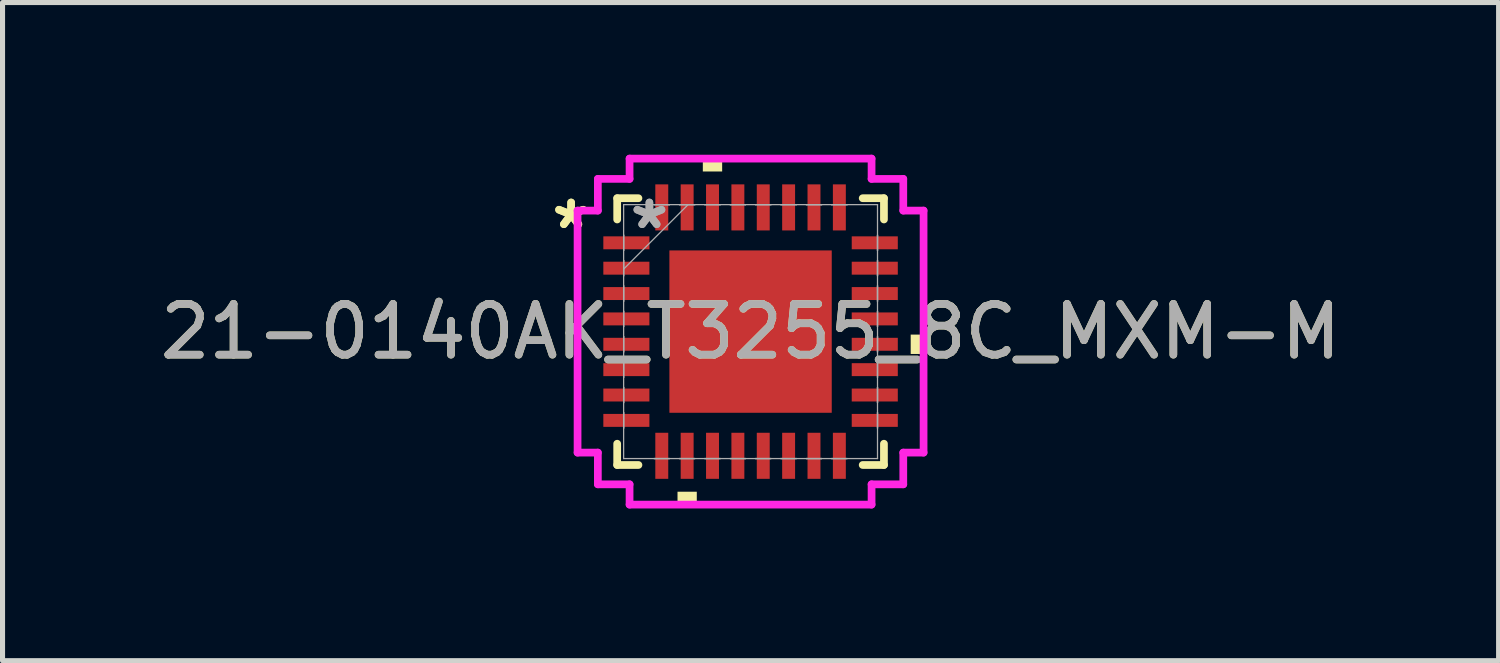
<source format=kicad_pcb>
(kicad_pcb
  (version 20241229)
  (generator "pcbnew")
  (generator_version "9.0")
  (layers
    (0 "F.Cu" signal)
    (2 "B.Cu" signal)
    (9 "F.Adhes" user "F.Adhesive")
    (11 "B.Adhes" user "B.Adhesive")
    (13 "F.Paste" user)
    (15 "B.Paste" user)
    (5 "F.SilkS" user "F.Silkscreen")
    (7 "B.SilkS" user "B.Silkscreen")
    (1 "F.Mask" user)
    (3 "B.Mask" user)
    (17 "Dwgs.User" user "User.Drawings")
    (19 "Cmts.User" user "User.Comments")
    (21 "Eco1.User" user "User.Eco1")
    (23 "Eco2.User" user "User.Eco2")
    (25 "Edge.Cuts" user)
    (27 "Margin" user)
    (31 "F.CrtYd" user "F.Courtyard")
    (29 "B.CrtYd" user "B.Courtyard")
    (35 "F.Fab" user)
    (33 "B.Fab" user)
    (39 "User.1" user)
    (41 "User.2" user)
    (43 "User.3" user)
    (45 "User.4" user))
  (footprint "21-0140AK_T3255_8C_MXM-M"
    (layer "F.Cu")
    (at 11.744 3.486)
    (property "Reference" "21-0140AK_T3255_8C_MXM-M" (at 0 0 0) (unlocked yes) (layer "F.SilkS") (effects (font (size 1 1) (thickness 0.15))))
    (attr smd)
    (fp_line (start -2.629 -2.629) (end -2.629 -2.21) (stroke (width 0.152) (type solid)) (layer "F.SilkS"))
    (fp_line (start -2.629 2.21) (end -2.629 2.629) (stroke (width 0.152) (type solid)) (layer "F.SilkS"))
    (fp_line (start -2.629 2.629) (end -2.21 2.629) (stroke (width 0.152) (type solid)) (layer "F.SilkS"))
    (fp_line (start -2.21 -2.629) (end -2.629 -2.629) (stroke (width 0.152) (type solid)) (layer "F.SilkS"))
    (fp_line (start 2.21 2.629) (end 2.629 2.629) (stroke (width 0.152) (type solid)) (layer "F.SilkS"))
    (fp_line (start 2.629 -2.629) (end 2.21 -2.629) (stroke (width 0.152) (type solid)) (layer "F.SilkS"))
    (fp_line (start 2.629 -2.21) (end 2.629 -2.629) (stroke (width 0.152) (type solid)) (layer "F.SilkS"))
    (fp_line (start 2.629 2.629) (end 2.629 2.21) (stroke (width 0.152) (type solid)) (layer "F.SilkS"))
    (fp_poly (pts (xy -1.44 3.156) (xy -1.44 3.41) (xy -1.06 3.41) (xy -1.06 3.156)) (stroke (width 0) (type solid)) (fill yes) (layer "F.SilkS"))
    (fp_poly (pts (xy -0.941 -3.156) (xy -0.941 -3.41) (xy -0.56 -3.41) (xy -0.56 -3.156)) (stroke (width 0) (type solid)) (fill yes) (layer "F.SilkS"))
    (fp_poly (pts (xy 3.41 0.059) (xy 3.41 0.441) (xy 3.156 0.441) (xy 3.156 0.059)) (stroke (width 0) (type solid)) (fill yes) (layer "F.SilkS"))
    (fp_poly (pts (xy -1.5 -1.5) (xy -1.5 -0.1) (xy -0.1 -0.1) (xy -0.1 -1.5)) (stroke (width 0) (type solid)) (fill yes) (layer "F.Paste"))
    (fp_poly (pts (xy -1.5 0.1) (xy -1.5 1.5) (xy -0.1 1.5) (xy -0.1 0.1)) (stroke (width 0) (type solid)) (fill yes) (layer "F.Paste"))
    (fp_poly (pts (xy 0.1 -1.5) (xy 0.1 -0.1) (xy 1.5 -0.1) (xy 1.5 -1.5)) (stroke (width 0) (type solid)) (fill yes) (layer "F.Paste"))
    (fp_poly (pts (xy 0.1 0.1) (xy 0.1 1.5) (xy 1.5 1.5) (xy 1.5 0.1)) (stroke (width 0) (type solid)) (fill yes) (layer "F.Paste"))
    (fp_line (start -3.41 -2.385) (end -3.01 -2.385) (stroke (width 0.152) (type solid)) (layer "F.CrtYd"))
    (fp_line (start -3.41 2.385) (end -3.41 -2.385) (stroke (width 0.152) (type solid)) (layer "F.CrtYd"))
    (fp_line (start -3.01 -3.01) (end -2.385 -3.01) (stroke (width 0.152) (type solid)) (layer "F.CrtYd"))
    (fp_line (start -3.01 -2.385) (end -3.01 -3.01) (stroke (width 0.152) (type solid)) (layer "F.CrtYd"))
    (fp_line (start -3.01 2.385) (end -3.41 2.385) (stroke (width 0.152) (type solid)) (layer "F.CrtYd"))
    (fp_line (start -3.01 3.01) (end -3.01 2.385) (stroke (width 0.152) (type solid)) (layer "F.CrtYd"))
    (fp_line (start -2.385 -3.41) (end 2.385 -3.41) (stroke (width 0.152) (type solid)) (layer "F.CrtYd"))
    (fp_line (start -2.385 -3.01) (end -2.385 -3.41) (stroke (width 0.152) (type solid)) (layer "F.CrtYd"))
    (fp_line (start -2.385 3.01) (end -3.01 3.01) (stroke (width 0.152) (type solid)) (layer "F.CrtYd"))
    (fp_line (start -2.385 3.41) (end -2.385 3.01) (stroke (width 0.152) (type solid)) (layer "F.CrtYd"))
    (fp_line (start 2.385 -3.41) (end 2.385 -3.01) (stroke (width 0.152) (type solid)) (layer "F.CrtYd"))
    (fp_line (start 2.385 -3.01) (end 3.01 -3.01) (stroke (width 0.152) (type solid)) (layer "F.CrtYd"))
    (fp_line (start 2.385 3.01) (end 2.385 3.41) (stroke (width 0.152) (type solid)) (layer "F.CrtYd"))
    (fp_line (start 2.385 3.41) (end -2.385 3.41) (stroke (width 0.152) (type solid)) (layer "F.CrtYd"))
    (fp_line (start 3.01 -3.01) (end 3.01 -2.385) (stroke (width 0.152) (type solid)) (layer "F.CrtYd"))
    (fp_line (start 3.01 -2.385) (end 3.41 -2.385) (stroke (width 0.152) (type solid)) (layer "F.CrtYd"))
    (fp_line (start 3.01 2.385) (end 3.01 3.01) (stroke (width 0.152) (type solid)) (layer "F.CrtYd"))
    (fp_line (start 3.01 3.01) (end 2.385 3.01) (stroke (width 0.152) (type solid)) (layer "F.CrtYd"))
    (fp_line (start 3.41 -2.385) (end 3.41 2.385) (stroke (width 0.152) (type solid)) (layer "F.CrtYd"))
    (fp_line (start 3.41 2.385) (end 3.01 2.385) (stroke (width 0.152) (type solid)) (layer "F.CrtYd"))
    (fp_line (start -2.502 -2.502) (end -2.502 -2.502) (stroke (width 0.025) (type solid)) (layer "F.Fab"))
    (fp_line (start -2.502 -2.502) (end -2.502 2.502) (stroke (width 0.025) (type solid)) (layer "F.Fab"))
    (fp_line (start -2.502 -1.902) (end -2.502 -1.902) (stroke (width 0.025) (type solid)) (layer "F.Fab"))
    (fp_line (start -2.502 -1.902) (end -2.502 -1.598) (stroke (width 0.025) (type solid)) (layer "F.Fab"))
    (fp_line (start -2.502 -1.598) (end -2.502 -1.902) (stroke (width 0.025) (type solid)) (layer "F.Fab"))
    (fp_line (start -2.502 -1.598) (end -2.502 -1.598) (stroke (width 0.025) (type solid)) (layer "F.Fab"))
    (fp_line (start -2.502 -1.402) (end -2.502 -1.402) (stroke (width 0.025) (type solid)) (layer "F.Fab"))
    (fp_line (start -2.502 -1.402) (end -2.502 -1.098) (stroke (width 0.025) (type solid)) (layer "F.Fab"))
    (fp_line (start -2.502 -1.232) (end -1.232 -2.502) (stroke (width 0.025) (type solid)) (layer "F.Fab"))
    (fp_line (start -2.502 -1.098) (end -2.502 -1.402) (stroke (width 0.025) (type solid)) (layer "F.Fab"))
    (fp_line (start -2.502 -1.098) (end -2.502 -1.098) (stroke (width 0.025) (type solid)) (layer "F.Fab"))
    (fp_line (start -2.502 -0.902) (end -2.502 -0.902) (stroke (width 0.025) (type solid)) (layer "F.Fab"))
    (fp_line (start -2.502 -0.902) (end -2.502 -0.598) (stroke (width 0.025) (type solid)) (layer "F.Fab"))
    (fp_line (start -2.502 -0.598) (end -2.502 -0.902) (stroke (width 0.025) (type solid)) (layer "F.Fab"))
    (fp_line (start -2.502 -0.598) (end -2.502 -0.598) (stroke (width 0.025) (type solid)) (layer "F.Fab"))
    (fp_line (start -2.502 -0.402) (end -2.502 -0.402) (stroke (width 0.025) (type solid)) (layer "F.Fab"))
    (fp_line (start -2.502 -0.402) (end -2.502 -0.098) (stroke (width 0.025) (type solid)) (layer "F.Fab"))
    (fp_line (start -2.502 -0.098) (end -2.502 -0.402) (stroke (width 0.025) (type solid)) (layer "F.Fab"))
    (fp_line (start -2.502 -0.098) (end -2.502 -0.098) (stroke (width 0.025) (type solid)) (layer "F.Fab"))
    (fp_line (start -2.502 0.098) (end -2.502 0.098) (stroke (width 0.025) (type solid)) (layer "F.Fab"))
    (fp_line (start -2.502 0.098) (end -2.502 0.402) (stroke (width 0.025) (type solid)) (layer "F.Fab"))
    (fp_line (start -2.502 0.402) (end -2.502 0.098) (stroke (width 0.025) (type solid)) (layer "F.Fab"))
    (fp_line (start -2.502 0.402) (end -2.502 0.402) (stroke (width 0.025) (type solid)) (layer "F.Fab"))
    (fp_line (start -2.502 0.598) (end -2.502 0.598) (stroke (width 0.025) (type solid)) (layer "F.Fab"))
    (fp_line (start -2.502 0.598) (end -2.502 0.902) (stroke (width 0.025) (type solid)) (layer "F.Fab"))
    (fp_line (start -2.502 0.902) (end -2.502 0.598) (stroke (width 0.025) (type solid)) (layer "F.Fab"))
    (fp_line (start -2.502 0.902) (end -2.502 0.902) (stroke (width 0.025) (type solid)) (layer "F.Fab"))
    (fp_line (start -2.502 1.098) (end -2.502 1.098) (stroke (width 0.025) (type solid)) (layer "F.Fab"))
    (fp_line (start -2.502 1.098) (end -2.502 1.402) (stroke (width 0.025) (type solid)) (layer "F.Fab"))
    (fp_line (start -2.502 1.402) (end -2.502 1.098) (stroke (width 0.025) (type solid)) (layer "F.Fab"))
    (fp_line (start -2.502 1.402) (end -2.502 1.402) (stroke (width 0.025) (type solid)) (layer "F.Fab"))
    (fp_line (start -2.502 1.598) (end -2.502 1.598) (stroke (width 0.025) (type solid)) (layer "F.Fab"))
    (fp_line (start -2.502 1.598) (end -2.502 1.902) (stroke (width 0.025) (type solid)) (layer "F.Fab"))
    (fp_line (start -2.502 1.902) (end -2.502 1.598) (stroke (width 0.025) (type solid)) (layer "F.Fab"))
    (fp_line (start -2.502 1.902) (end -2.502 1.902) (stroke (width 0.025) (type solid)) (layer "F.Fab"))
    (fp_line (start -2.502 2.502) (end -2.502 2.502) (stroke (width 0.025) (type solid)) (layer "F.Fab"))
    (fp_line (start -2.502 2.502) (end 2.502 2.502) (stroke (width 0.025) (type solid)) (layer "F.Fab"))
    (fp_line (start -1.902 -2.502) (end -1.902 -2.502) (stroke (width 0.025) (type solid)) (layer "F.Fab"))
    (fp_line (start -1.902 -2.502) (end -1.598 -2.502) (stroke (width 0.025) (type solid)) (layer "F.Fab"))
    (fp_line (start -1.902 2.502) (end -1.902 2.502) (stroke (width 0.025) (type solid)) (layer "F.Fab"))
    (fp_line (start -1.902 2.502) (end -1.598 2.502) (stroke (width 0.025) (type solid)) (layer "F.Fab"))
    (fp_line (start -1.598 -2.502) (end -1.902 -2.502) (stroke (width 0.025) (type solid)) (layer "F.Fab"))
    (fp_line (start -1.598 -2.502) (end -1.598 -2.502) (stroke (width 0.025) (type solid)) (layer "F.Fab"))
    (fp_line (start -1.598 2.502) (end -1.902 2.502) (stroke (width 0.025) (type solid)) (layer "F.Fab"))
    (fp_line (start -1.598 2.502) (end -1.598 2.502) (stroke (width 0.025) (type solid)) (layer "F.Fab"))
    (fp_line (start -1.402 -2.502) (end -1.402 -2.502) (stroke (width 0.025) (type solid)) (layer "F.Fab"))
    (fp_line (start -1.402 -2.502) (end -1.098 -2.502) (stroke (width 0.025) (type solid)) (layer "F.Fab"))
    (fp_line (start -1.402 2.502) (end -1.402 2.502) (stroke (width 0.025) (type solid)) (layer "F.Fab"))
    (fp_line (start -1.402 2.502) (end -1.098 2.502) (stroke (width 0.025) (type solid)) (layer "F.Fab"))
    (fp_line (start -1.098 -2.502) (end -1.402 -2.502) (stroke (width 0.025) (type solid)) (layer "F.Fab"))
    (fp_line (start -1.098 -2.502) (end -1.098 -2.502) (stroke (width 0.025) (type solid)) (layer "F.Fab"))
    (fp_line (start -1.098 2.502) (end -1.402 2.502) (stroke (width 0.025) (type solid)) (layer "F.Fab"))
    (fp_line (start -1.098 2.502) (end -1.098 2.502) (stroke (width 0.025) (type solid)) (layer "F.Fab"))
    (fp_line (start -0.902 -2.502) (end -0.902 -2.502) (stroke (width 0.025) (type solid)) (layer "F.Fab"))
    (fp_line (start -0.902 -2.502) (end -0.598 -2.502) (stroke (width 0.025) (type solid)) (layer "F.Fab"))
    (fp_line (start -0.902 2.502) (end -0.902 2.502) (stroke (width 0.025) (type solid)) (layer "F.Fab"))
    (fp_line (start -0.902 2.502) (end -0.598 2.502) (stroke (width 0.025) (type solid)) (layer "F.Fab"))
    (fp_line (start -0.598 -2.502) (end -0.902 -2.502) (stroke (width 0.025) (type solid)) (layer "F.Fab"))
    (fp_line (start -0.598 -2.502) (end -0.598 -2.502) (stroke (width 0.025) (type solid)) (layer "F.Fab"))
    (fp_line (start -0.598 2.502) (end -0.902 2.502) (stroke (width 0.025) (type solid)) (layer "F.Fab"))
    (fp_line (start -0.598 2.502) (end -0.598 2.502) (stroke (width 0.025) (type solid)) (layer "F.Fab"))
    (fp_line (start -0.402 -2.502) (end -0.402 -2.502) (stroke (width 0.025) (type solid)) (layer "F.Fab"))
    (fp_line (start -0.402 -2.502) (end -0.098 -2.502) (stroke (width 0.025) (type solid)) (layer "F.Fab"))
    (fp_line (start -0.402 2.502) (end -0.402 2.502) (stroke (width 0.025) (type solid)) (layer "F.Fab"))
    (fp_line (start -0.402 2.502) (end -0.098 2.502) (stroke (width 0.025) (type solid)) (layer "F.Fab"))
    (fp_line (start -0.098 -2.502) (end -0.402 -2.502) (stroke (width 0.025) (type solid)) (layer "F.Fab"))
    (fp_line (start -0.098 -2.502) (end -0.098 -2.502) (stroke (width 0.025) (type solid)) (layer "F.Fab"))
    (fp_line (start -0.098 2.502) (end -0.402 2.502) (stroke (width 0.025) (type solid)) (layer "F.Fab"))
    (fp_line (start -0.098 2.502) (end -0.098 2.502) (stroke (width 0.025) (type solid)) (layer "F.Fab"))
    (fp_line (start 0.098 -2.502) (end 0.098 -2.502) (stroke (width 0.025) (type solid)) (layer "F.Fab"))
    (fp_line (start 0.098 -2.502) (end 0.402 -2.502) (stroke (width 0.025) (type solid)) (layer "F.Fab"))
    (fp_line (start 0.098 2.502) (end 0.098 2.502) (stroke (width 0.025) (type solid)) (layer "F.Fab"))
    (fp_line (start 0.098 2.502) (end 0.402 2.502) (stroke (width 0.025) (type solid)) (layer "F.Fab"))
    (fp_line (start 0.402 -2.502) (end 0.098 -2.502) (stroke (width 0.025) (type solid)) (layer "F.Fab"))
    (fp_line (start 0.402 -2.502) (end 0.402 -2.502) (stroke (width 0.025) (type solid)) (layer "F.Fab"))
    (fp_line (start 0.402 2.502) (end 0.098 2.502) (stroke (width 0.025) (type solid)) (layer "F.Fab"))
    (fp_line (start 0.402 2.502) (end 0.402 2.502) (stroke (width 0.025) (type solid)) (layer "F.Fab"))
    (fp_line (start 0.598 -2.502) (end 0.598 -2.502) (stroke (width 0.025) (type solid)) (layer "F.Fab"))
    (fp_line (start 0.598 -2.502) (end 0.902 -2.502) (stroke (width 0.025) (type solid)) (layer "F.Fab"))
    (fp_line (start 0.598 2.502) (end 0.598 2.502) (stroke (width 0.025) (type solid)) (layer "F.Fab"))
    (fp_line (start 0.598 2.502) (end 0.902 2.502) (stroke (width 0.025) (type solid)) (layer "F.Fab"))
    (fp_line (start 0.902 -2.502) (end 0.598 -2.502) (stroke (width 0.025) (type solid)) (layer "F.Fab"))
    (fp_line (start 0.902 -2.502) (end 0.902 -2.502) (stroke (width 0.025) (type solid)) (layer "F.Fab"))
    (fp_line (start 0.902 2.502) (end 0.598 2.502) (stroke (width 0.025) (type solid)) (layer "F.Fab"))
    (fp_line (start 0.902 2.502) (end 0.902 2.502) (stroke (width 0.025) (type solid)) (layer "F.Fab"))
    (fp_line (start 1.098 -2.502) (end 1.098 -2.502) (stroke (width 0.025) (type solid)) (layer "F.Fab"))
    (fp_line (start 1.098 -2.502) (end 1.402 -2.502) (stroke (width 0.025) (type solid)) (layer "F.Fab"))
    (fp_line (start 1.098 2.502) (end 1.098 2.502) (stroke (width 0.025) (type solid)) (layer "F.Fab"))
    (fp_line (start 1.098 2.502) (end 1.402 2.502) (stroke (width 0.025) (type solid)) (layer "F.Fab"))
    (fp_line (start 1.402 -2.502) (end 1.098 -2.502) (stroke (width 0.025) (type solid)) (layer "F.Fab"))
    (fp_line (start 1.402 -2.502) (end 1.402 -2.502) (stroke (width 0.025) (type solid)) (layer "F.Fab"))
    (fp_line (start 1.402 2.502) (end 1.098 2.502) (stroke (width 0.025) (type solid)) (layer "F.Fab"))
    (fp_line (start 1.402 2.502) (end 1.402 2.502) (stroke (width 0.025) (type solid)) (layer "F.Fab"))
    (fp_line (start 1.598 -2.502) (end 1.598 -2.502) (stroke (width 0.025) (type solid)) (layer "F.Fab"))
    (fp_line (start 1.598 -2.502) (end 1.902 -2.502) (stroke (width 0.025) (type solid)) (layer "F.Fab"))
    (fp_line (start 1.598 2.502) (end 1.598 2.502) (stroke (width 0.025) (type solid)) (layer "F.Fab"))
    (fp_line (start 1.598 2.502) (end 1.902 2.502) (stroke (width 0.025) (type solid)) (layer "F.Fab"))
    (fp_line (start 1.902 -2.502) (end 1.598 -2.502) (stroke (width 0.025) (type solid)) (layer "F.Fab"))
    (fp_line (start 1.902 -2.502) (end 1.902 -2.502) (stroke (width 0.025) (type solid)) (layer "F.Fab"))
    (fp_line (start 1.902 2.502) (end 1.598 2.502) (stroke (width 0.025) (type solid)) (layer "F.Fab"))
    (fp_line (start 1.902 2.502) (end 1.902 2.502) (stroke (width 0.025) (type solid)) (layer "F.Fab"))
    (fp_line (start 2.502 -2.502) (end -2.502 -2.502) (stroke (width 0.025) (type solid)) (layer "F.Fab"))
    (fp_line (start 2.502 -2.502) (end 2.502 -2.502) (stroke (width 0.025) (type solid)) (layer "F.Fab"))
    (fp_line (start 2.502 -1.902) (end 2.502 -1.902) (stroke (width 0.025) (type solid)) (layer "F.Fab"))
    (fp_line (start 2.502 -1.902) (end 2.502 -1.598) (stroke (width 0.025) (type solid)) (layer "F.Fab"))
    (fp_line (start 2.502 -1.598) (end 2.502 -1.902) (stroke (width 0.025) (type solid)) (layer "F.Fab"))
    (fp_line (start 2.502 -1.598) (end 2.502 -1.598) (stroke (width 0.025) (type solid)) (layer "F.Fab"))
    (fp_line (start 2.502 -1.402) (end 2.502 -1.402) (stroke (width 0.025) (type solid)) (layer "F.Fab"))
    (fp_line (start 2.502 -1.402) (end 2.502 -1.098) (stroke (width 0.025) (type solid)) (layer "F.Fab"))
    (fp_line (start 2.502 -1.098) (end 2.502 -1.402) (stroke (width 0.025) (type solid)) (layer "F.Fab"))
    (fp_line (start 2.502 -1.098) (end 2.502 -1.098) (stroke (width 0.025) (type solid)) (layer "F.Fab"))
    (fp_line (start 2.502 -0.902) (end 2.502 -0.902) (stroke (width 0.025) (type solid)) (layer "F.Fab"))
    (fp_line (start 2.502 -0.902) (end 2.502 -0.598) (stroke (width 0.025) (type solid)) (layer "F.Fab"))
    (fp_line (start 2.502 -0.598) (end 2.502 -0.902) (stroke (width 0.025) (type solid)) (layer "F.Fab"))
    (fp_line (start 2.502 -0.598) (end 2.502 -0.598) (stroke (width 0.025) (type solid)) (layer "F.Fab"))
    (fp_line (start 2.502 -0.402) (end 2.502 -0.402) (stroke (width 0.025) (type solid)) (layer "F.Fab"))
    (fp_line (start 2.502 -0.402) (end 2.502 -0.098) (stroke (width 0.025) (type solid)) (layer "F.Fab"))
    (fp_line (start 2.502 -0.098) (end 2.502 -0.402) (stroke (width 0.025) (type solid)) (layer "F.Fab"))
    (fp_line (start 2.502 -0.098) (end 2.502 -0.098) (stroke (width 0.025) (type solid)) (layer "F.Fab"))
    (fp_line (start 2.502 0.098) (end 2.502 0.098) (stroke (width 0.025) (type solid)) (layer "F.Fab"))
    (fp_line (start 2.502 0.098) (end 2.502 0.402) (stroke (width 0.025) (type solid)) (layer "F.Fab"))
    (fp_line (start 2.502 0.402) (end 2.502 0.098) (stroke (width 0.025) (type solid)) (layer "F.Fab"))
    (fp_line (start 2.502 0.402) (end 2.502 0.402) (stroke (width 0.025) (type solid)) (layer "F.Fab"))
    (fp_line (start 2.502 0.598) (end 2.502 0.598) (stroke (width 0.025) (type solid)) (layer "F.Fab"))
    (fp_line (start 2.502 0.598) (end 2.502 0.902) (stroke (width 0.025) (type solid)) (layer "F.Fab"))
    (fp_line (start 2.502 0.902) (end 2.502 0.598) (stroke (width 0.025) (type solid)) (layer "F.Fab"))
    (fp_line (start 2.502 0.902) (end 2.502 0.902) (stroke (width 0.025) (type solid)) (layer "F.Fab"))
    (fp_line (start 2.502 1.098) (end 2.502 1.098) (stroke (width 0.025) (type solid)) (layer "F.Fab"))
    (fp_line (start 2.502 1.098) (end 2.502 1.402) (stroke (width 0.025) (type solid)) (layer "F.Fab"))
    (fp_line (start 2.502 1.402) (end 2.502 1.098) (stroke (width 0.025) (type solid)) (layer "F.Fab"))
    (fp_line (start 2.502 1.402) (end 2.502 1.402) (stroke (width 0.025) (type solid)) (layer "F.Fab"))
    (fp_line (start 2.502 1.598) (end 2.502 1.598) (stroke (width 0.025) (type solid)) (layer "F.Fab"))
    (fp_line (start 2.502 1.598) (end 2.502 1.902) (stroke (width 0.025) (type solid)) (layer "F.Fab"))
    (fp_line (start 2.502 1.902) (end 2.502 1.598) (stroke (width 0.025) (type solid)) (layer "F.Fab"))
    (fp_line (start 2.502 1.902) (end 2.502 1.902) (stroke (width 0.025) (type solid)) (layer "F.Fab"))
    (fp_line (start 2.502 2.502) (end 2.502 -2.502) (stroke (width 0.025) (type solid)) (layer "F.Fab"))
    (fp_line (start 2.502 2.502) (end 2.502 2.502) (stroke (width 0.025) (type solid)) (layer "F.Fab"))
    (fp_text user "*" (at -3.537 -2 0) (unlocked yes) (layer "F.SilkS") (effects (font (size 1 1) (thickness 0.15))))
    (fp_text user "*" (at -3.537 -2 0) (layer "F.SilkS") (effects (font (size 1 1) (thickness 0.15))))
    (fp_text user "*" (at -1.994 -2 0) (unlocked yes) (layer "F.Fab") (effects (font (size 1 1) (thickness 0.15))))
    (fp_text user "*" (at -1.994 -2 0) (layer "F.Fab") (effects (font (size 1 1) (thickness 0.15))))
    (fp_text user "${REFERENCE}" (at 0 0 0) (unlocked yes) (layer "F.Fab") (effects (font (size 1 1) (thickness 0.15))))
    (pad "1" smd rect (at -2.448 -1.75 90) (size 0.255 0.908) (layers "F.Cu" "F.Mask" "F.Paste"))
    (pad "2" smd rect (at -2.448 -1.25 90) (size 0.255 0.908) (layers "F.Cu" "F.Mask" "F.Paste"))
    (pad "3" smd rect (at -2.448 -0.75 90) (size 0.255 0.908) (layers "F.Cu" "F.Mask" "F.Paste"))
    (pad "4" smd rect (at -2.448 -0.25 90) (size 0.255 0.908) (layers "F.Cu" "F.Mask" "F.Paste"))
    (pad "5" smd rect (at -2.448 0.25 90) (size 0.255 0.908) (layers "F.Cu" "F.Mask" "F.Paste"))
    (pad "6" smd rect (at -2.448 0.75 90) (size 0.255 0.908) (layers "F.Cu" "F.Mask" "F.Paste"))
    (pad "7" smd rect (at -2.448 1.25 90) (size 0.255 0.908) (layers "F.Cu" "F.Mask" "F.Paste"))
    (pad "8" smd rect (at -2.448 1.75 90) (size 0.255 0.908) (layers "F.Cu" "F.Mask" "F.Paste"))
    (pad "9" smd rect (at -1.75 2.448) (size 0.255 0.908) (layers "F.Cu" "F.Mask" "F.Paste"))
    (pad "10" smd rect (at -1.25 2.448) (size 0.255 0.908) (layers "F.Cu" "F.Mask" "F.Paste"))
    (pad "11" smd rect (at -0.75 2.448) (size 0.255 0.908) (layers "F.Cu" "F.Mask" "F.Paste"))
    (pad "12" smd rect (at -0.25 2.448) (size 0.255 0.908) (layers "F.Cu" "F.Mask" "F.Paste"))
    (pad "13" smd rect (at 0.25 2.448) (size 0.255 0.908) (layers "F.Cu" "F.Mask" "F.Paste"))
    (pad "14" smd rect (at 0.75 2.448) (size 0.255 0.908) (layers "F.Cu" "F.Mask" "F.Paste"))
    (pad "15" smd rect (at 1.25 2.448) (size 0.255 0.908) (layers "F.Cu" "F.Mask" "F.Paste"))
    (pad "16" smd rect (at 1.75 2.448) (size 0.255 0.908) (layers "F.Cu" "F.Mask" "F.Paste"))
    (pad "17" smd rect (at 2.448 1.75 90) (size 0.255 0.908) (layers "F.Cu" "F.Mask" "F.Paste"))
    (pad "18" smd rect (at 2.448 1.25 90) (size 0.255 0.908) (layers "F.Cu" "F.Mask" "F.Paste"))
    (pad "19" smd rect (at 2.448 0.75 90) (size 0.255 0.908) (layers "F.Cu" "F.Mask" "F.Paste"))
    (pad "20" smd rect (at 2.448 0.25 90) (size 0.255 0.908) (layers "F.Cu" "F.Mask" "F.Paste"))
    (pad "21" smd rect (at 2.448 -0.25 90) (size 0.255 0.908) (layers "F.Cu" "F.Mask" "F.Paste"))
    (pad "22" smd rect (at 2.448 -0.75 90) (size 0.255 0.908) (layers "F.Cu" "F.Mask" "F.Paste"))
    (pad "23" smd rect (at 2.448 -1.25 90) (size 0.255 0.908) (layers "F.Cu" "F.Mask" "F.Paste"))
    (pad "24" smd rect (at 2.448 -1.75 90) (size 0.255 0.908) (layers "F.Cu" "F.Mask" "F.Paste"))
    (pad "25" smd rect (at 1.75 -2.448) (size 0.255 0.908) (layers "F.Cu" "F.Mask" "F.Paste"))
    (pad "26" smd rect (at 1.25 -2.448) (size 0.255 0.908) (layers "F.Cu" "F.Mask" "F.Paste"))
    (pad "27" smd rect (at 0.75 -2.448) (size 0.255 0.908) (layers "F.Cu" "F.Mask" "F.Paste"))
    (pad "28" smd rect (at 0.25 -2.448) (size 0.255 0.908) (layers "F.Cu" "F.Mask" "F.Paste"))
    (pad "29" smd rect (at -0.25 -2.448) (size 0.255 0.908) (layers "F.Cu" "F.Mask" "F.Paste"))
    (pad "30" smd rect (at -0.75 -2.448) (size 0.255 0.908) (layers "F.Cu" "F.Mask" "F.Paste"))
    (pad "31" smd rect (at -1.25 -2.448) (size 0.255 0.908) (layers "F.Cu" "F.Mask" "F.Paste"))
    (pad "32" smd rect (at -1.75 -2.448) (size 0.255 0.908) (layers "F.Cu" "F.Mask" "F.Paste"))
    (pad "33" smd rect (at 0 0) (size 3.2 3.2) (layers "F.Cu" "F.Mask" "F.Paste")))
  (gr_rect
    (start -3 -3)
    (end 26.488 9.972)
    (stroke (width 0.1) (type default))
    (fill no)
    (layer "Edge.Cuts")))
</source>
